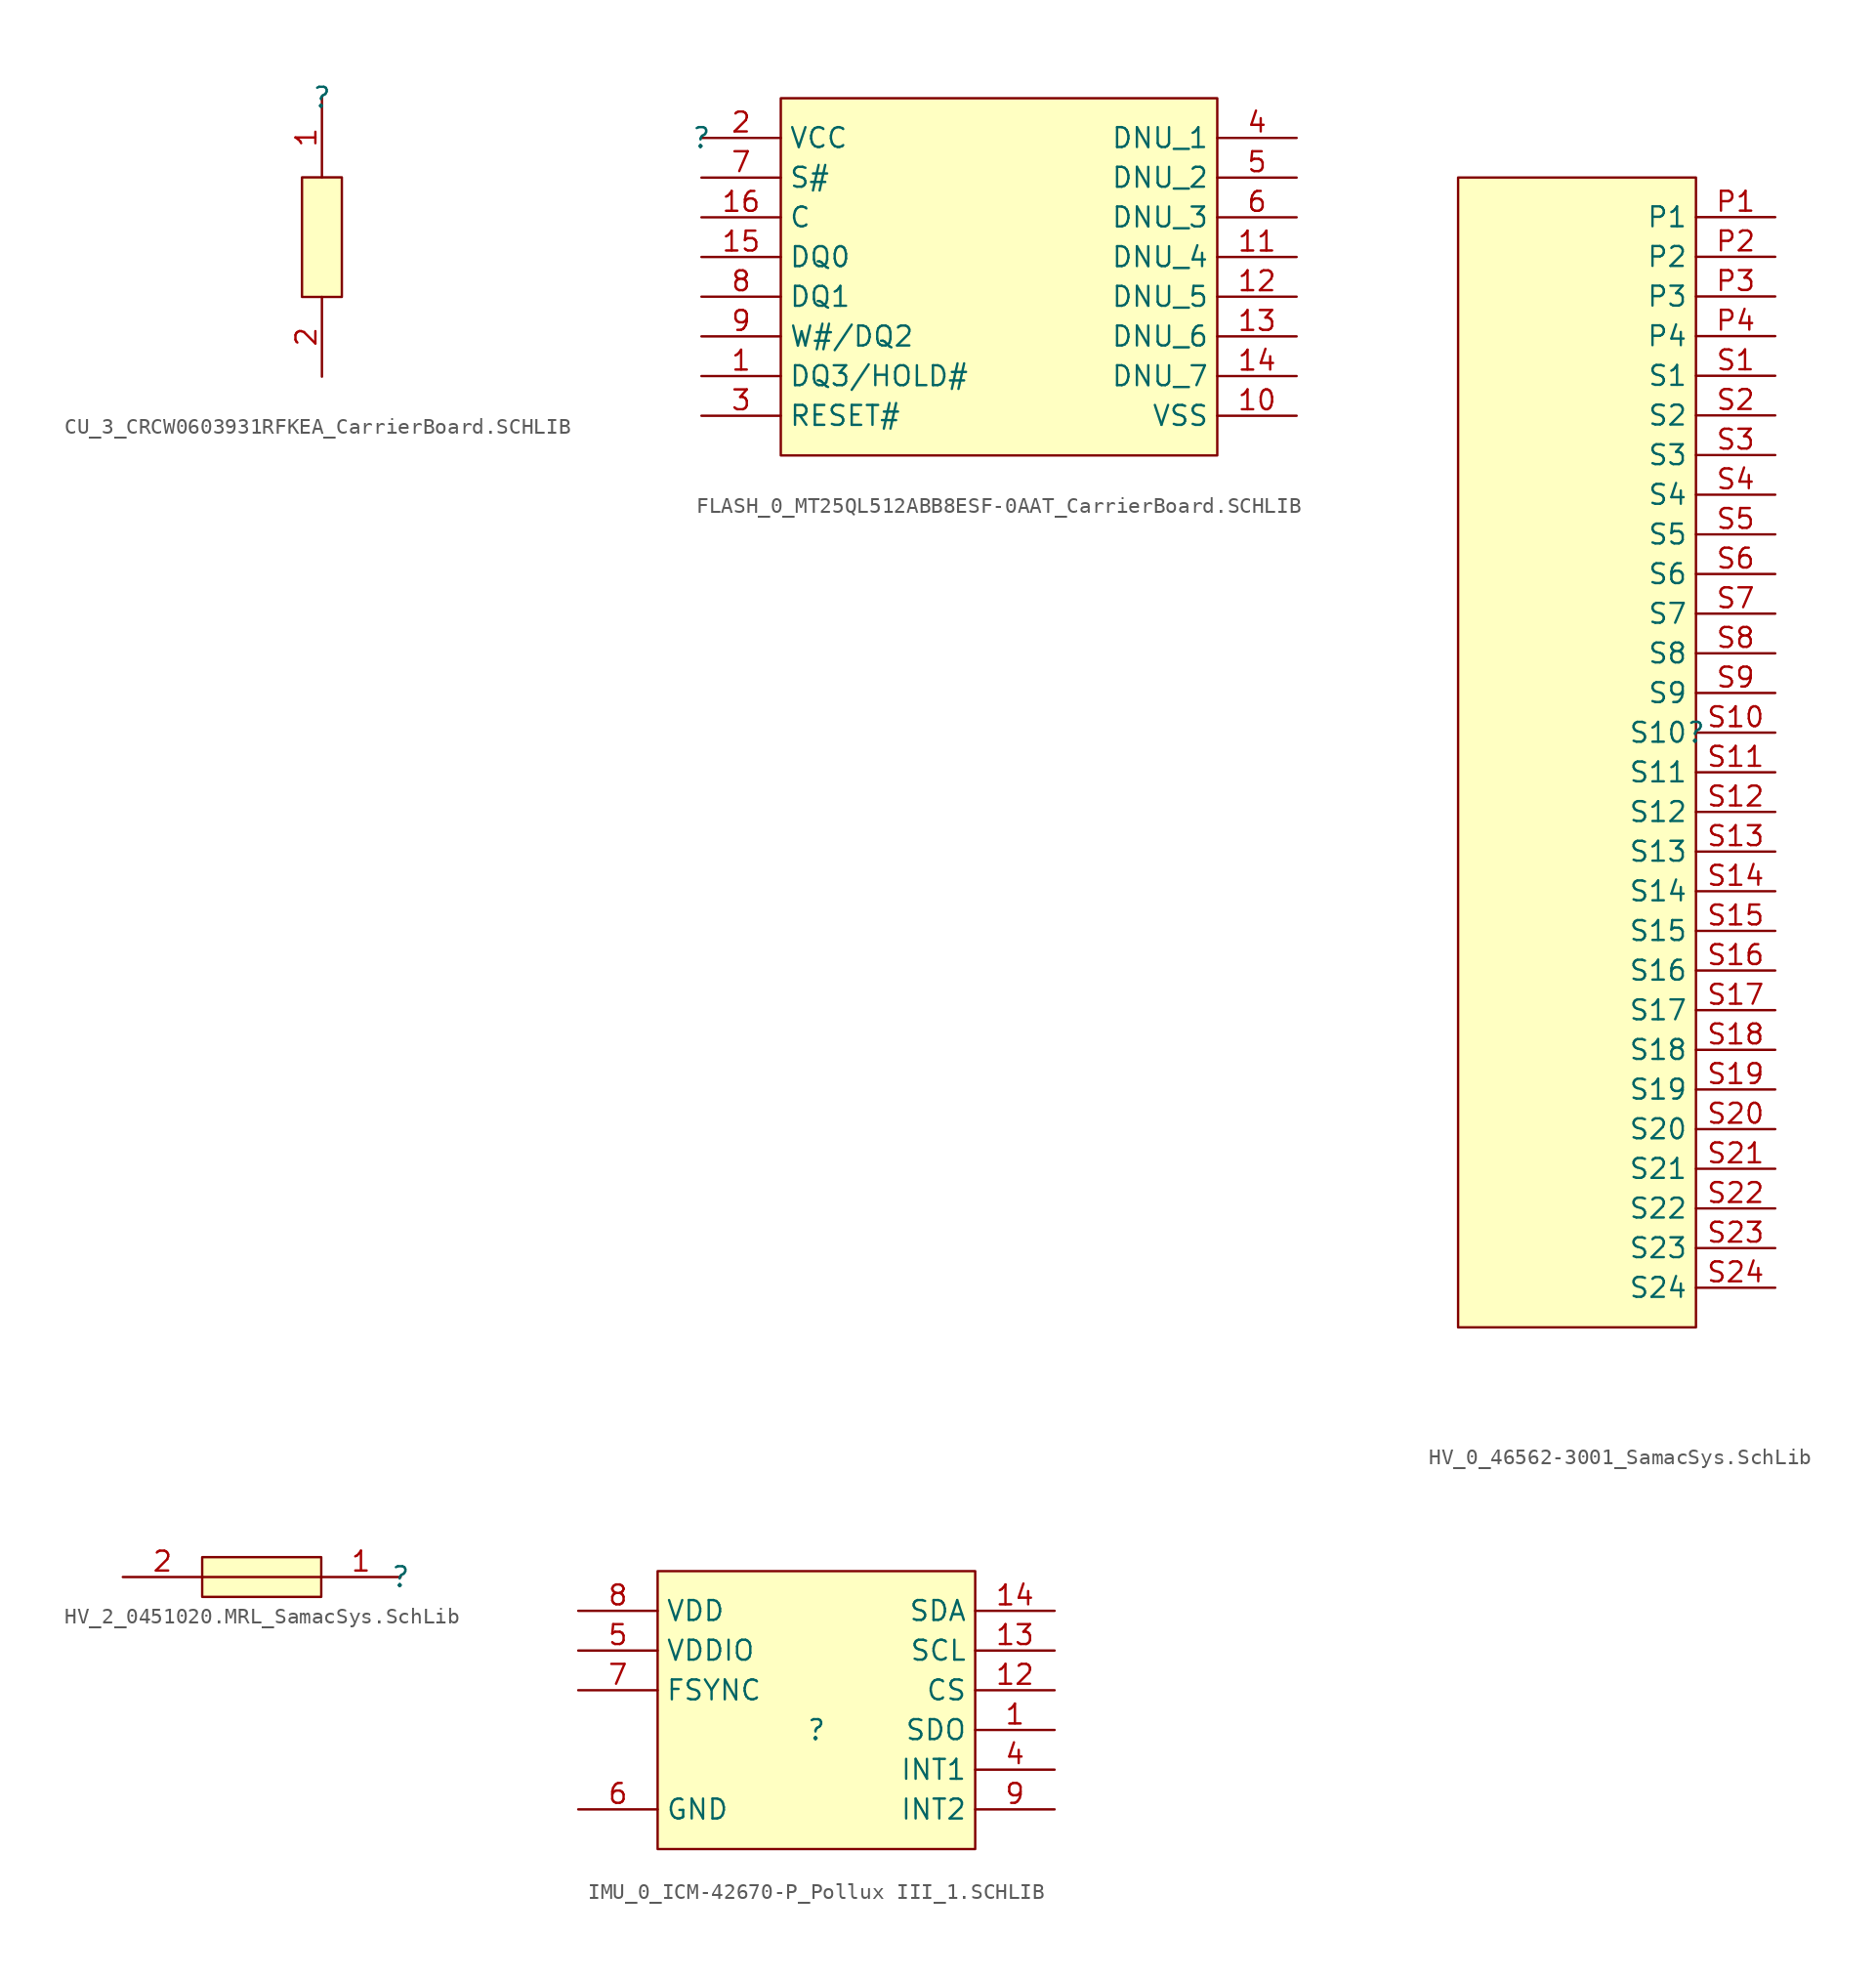
<source format=kicad_sym>
(kicad_symbol_lib
  (version 20241209)
  (generator "kicad_symbol_editor")
  (generator_version "9.0")
  (symbol "CU_3_CRCW0603931RFKEA_CarrierBoard.SCHLIB"
    (pin_names
      (hide yes))
    (property "Reference" ""
      (at 0 0 0)
      (effects (font (size 1.27 1.27))))
    (property "Value" ""
      (at 0 0 0)
      (effects (font (size 1.27 1.27))))
    (symbol "CU_3_CRCW0603931RFKEA_CarrierBoard.SCHLIB_1_0"
      (rectangle (start 1.27 -5.08) (end -1.27 -12.7) (stroke (width 0) (type solid) (color 128 0 0 1)) (fill (type background)))
      (pin passive line (at 0 0 270) (length 5.08) (name "1" (effects (font (size 1.27 1.27)))) (number "1" (effects (font (size 1.27 1.27)))))
      (pin passive line (at 0 -17.78 90) (length 5.08) (name "2" (effects (font (size 1.27 1.27)))) (number "2" (effects (font (size 1.27 1.27)))))))
  (symbol "FLASH_0_MT25QL512ABB8ESF-0AAT_CarrierBoard.SCHLIB"
    (property "Reference" ""
      (at 0 0 0)
      (effects (font (size 1.27 1.27))))
    (property "Value" ""
      (at 0 0 0)
      (effects (font (size 1.27 1.27))))
    (symbol "FLASH_0_MT25QL512ABB8ESF-0AAT_CarrierBoard.SCHLIB_1_0"
      (rectangle (start 33.02 2.54) (end 5.08 -20.32) (stroke (width 0) (type solid) (color 128 0 0 1)) (fill (type background)))
      (pin passive line (at 0 0 0) (length 5.08) (name "VCC" (effects (font (size 1.27 1.27)))) (number "2" (effects (font (size 1.27 1.27)))))
      (pin passive line (at 0 -2.54 0) (length 5.08) (name "S#" (effects (font (size 1.27 1.27)))) (number "7" (effects (font (size 1.27 1.27)))))
      (pin passive line (at 0 -5.08 0) (length 5.08) (name "C" (effects (font (size 1.27 1.27)))) (number "16" (effects (font (size 1.27 1.27)))))
      (pin passive line (at 0 -7.62 0) (length 5.08) (name "DQ0" (effects (font (size 1.27 1.27)))) (number "15" (effects (font (size 1.27 1.27)))))
      (pin passive line (at 0 -10.16 0) (length 5.08) (name "DQ1" (effects (font (size 1.27 1.27)))) (number "8" (effects (font (size 1.27 1.27)))))
      (pin passive line (at 0 -12.7 0) (length 5.08) (name "W#/DQ2" (effects (font (size 1.27 1.27)))) (number "9" (effects (font (size 1.27 1.27)))))
      (pin passive line (at 0 -15.24 0) (length 5.08) (name "DQ3/HOLD#" (effects (font (size 1.27 1.27)))) (number "1" (effects (font (size 1.27 1.27)))))
      (pin passive line (at 0 -17.78 0) (length 5.08) (name "RESET#" (effects (font (size 1.27 1.27)))) (number "3" (effects (font (size 1.27 1.27)))))
      (pin passive line (at 38.1 0 180) (length 5.08) (name "DNU_1" (effects (font (size 1.27 1.27)))) (number "4" (effects (font (size 1.27 1.27)))))
      (pin passive line (at 38.1 -2.54 180) (length 5.08) (name "DNU_2" (effects (font (size 1.27 1.27)))) (number "5" (effects (font (size 1.27 1.27)))))
      (pin passive line (at 38.1 -5.08 180) (length 5.08) (name "DNU_3" (effects (font (size 1.27 1.27)))) (number "6" (effects (font (size 1.27 1.27)))))
      (pin passive line (at 38.1 -7.62 180) (length 5.08) (name "DNU_4" (effects (font (size 1.27 1.27)))) (number "11" (effects (font (size 1.27 1.27)))))
      (pin passive line (at 38.1 -10.16 180) (length 5.08) (name "DNU_5" (effects (font (size 1.27 1.27)))) (number "12" (effects (font (size 1.27 1.27)))))
      (pin passive line (at 38.1 -12.7 180) (length 5.08) (name "DNU_6" (effects (font (size 1.27 1.27)))) (number "13" (effects (font (size 1.27 1.27)))))
      (pin passive line (at 38.1 -15.24 180) (length 5.08) (name "DNU_7" (effects (font (size 1.27 1.27)))) (number "14" (effects (font (size 1.27 1.27)))))
      (pin passive line (at 38.1 -17.78 180) (length 5.08) (name "VSS" (effects (font (size 1.27 1.27)))) (number "10" (effects (font (size 1.27 1.27)))))))
  (symbol "HV_0_46562-3001_SamacSys.SchLib"
    (property "Reference" ""
      (at 0 0 0)
      (effects (font (size 1.27 1.27))))
    (property "Value" ""
      (at 0 0 0)
      (effects (font (size 1.27 1.27))))
    (symbol "HV_0_46562-3001_SamacSys.SchLib_1_0"
      (rectangle (start 0 35.56) (end -15.24 -38.1) (stroke (width 0) (type solid) (color 128 0 0 1)) (fill (type background)))
      (pin passive line (at 5.08 33.02 180) (length 5.08) (name "P1" (effects (font (size 1.27 1.27)))) (number "P1" (effects (font (size 1.27 1.27)))))
      (pin passive line (at 5.08 30.48 180) (length 5.08) (name "P2" (effects (font (size 1.27 1.27)))) (number "P2" (effects (font (size 1.27 1.27)))))
      (pin passive line (at 5.08 27.94 180) (length 5.08) (name "P3" (effects (font (size 1.27 1.27)))) (number "P3" (effects (font (size 1.27 1.27)))))
      (pin passive line (at 5.08 25.4 180) (length 5.08) (name "P4" (effects (font (size 1.27 1.27)))) (number "P4" (effects (font (size 1.27 1.27)))))
      (pin passive line (at 5.08 22.86 180) (length 5.08) (name "S1" (effects (font (size 1.27 1.27)))) (number "S1" (effects (font (size 1.27 1.27)))))
      (pin passive line (at 5.08 20.32 180) (length 5.08) (name "S2" (effects (font (size 1.27 1.27)))) (number "S2" (effects (font (size 1.27 1.27)))))
      (pin passive line (at 5.08 17.78 180) (length 5.08) (name "S3" (effects (font (size 1.27 1.27)))) (number "S3" (effects (font (size 1.27 1.27)))))
      (pin passive line (at 5.08 15.24 180) (length 5.08) (name "S4" (effects (font (size 1.27 1.27)))) (number "S4" (effects (font (size 1.27 1.27)))))
      (pin passive line (at 5.08 12.7 180) (length 5.08) (name "S5" (effects (font (size 1.27 1.27)))) (number "S5" (effects (font (size 1.27 1.27)))))
      (pin passive line (at 5.08 10.16 180) (length 5.08) (name "S6" (effects (font (size 1.27 1.27)))) (number "S6" (effects (font (size 1.27 1.27)))))
      (pin passive line (at 5.08 7.62 180) (length 5.08) (name "S7" (effects (font (size 1.27 1.27)))) (number "S7" (effects (font (size 1.27 1.27)))))
      (pin passive line (at 5.08 5.08 180) (length 5.08) (name "S8" (effects (font (size 1.27 1.27)))) (number "S8" (effects (font (size 1.27 1.27)))))
      (pin passive line (at 5.08 2.54 180) (length 5.08) (name "S9" (effects (font (size 1.27 1.27)))) (number "S9" (effects (font (size 1.27 1.27)))))
      (pin passive line (at 5.08 0 180) (length 5.08) (name "S10" (effects (font (size 1.27 1.27)))) (number "S10" (effects (font (size 1.27 1.27)))))
      (pin passive line (at 5.08 -2.54 180) (length 5.08) (name "S11" (effects (font (size 1.27 1.27)))) (number "S11" (effects (font (size 1.27 1.27)))))
      (pin passive line (at 5.08 -5.08 180) (length 5.08) (name "S12" (effects (font (size 1.27 1.27)))) (number "S12" (effects (font (size 1.27 1.27)))))
      (pin passive line (at 5.08 -7.62 180) (length 5.08) (name "S13" (effects (font (size 1.27 1.27)))) (number "S13" (effects (font (size 1.27 1.27)))))
      (pin passive line (at 5.08 -10.16 180) (length 5.08) (name "S14" (effects (font (size 1.27 1.27)))) (number "S14" (effects (font (size 1.27 1.27)))))
      (pin passive line (at 5.08 -12.7 180) (length 5.08) (name "S15" (effects (font (size 1.27 1.27)))) (number "S15" (effects (font (size 1.27 1.27)))))
      (pin passive line (at 5.08 -15.24 180) (length 5.08) (name "S16" (effects (font (size 1.27 1.27)))) (number "S16" (effects (font (size 1.27 1.27)))))
      (pin passive line (at 5.08 -17.78 180) (length 5.08) (name "S17" (effects (font (size 1.27 1.27)))) (number "S17" (effects (font (size 1.27 1.27)))))
      (pin passive line (at 5.08 -20.32 180) (length 5.08) (name "S18" (effects (font (size 1.27 1.27)))) (number "S18" (effects (font (size 1.27 1.27)))))
      (pin passive line (at 5.08 -22.86 180) (length 5.08) (name "S19" (effects (font (size 1.27 1.27)))) (number "S19" (effects (font (size 1.27 1.27)))))
      (pin passive line (at 5.08 -25.4 180) (length 5.08) (name "S20" (effects (font (size 1.27 1.27)))) (number "S20" (effects (font (size 1.27 1.27)))))
      (pin passive line (at 5.08 -27.94 180) (length 5.08) (name "S21" (effects (font (size 1.27 1.27)))) (number "S21" (effects (font (size 1.27 1.27)))))
      (pin passive line (at 5.08 -30.48 180) (length 5.08) (name "S22" (effects (font (size 1.27 1.27)))) (number "S22" (effects (font (size 1.27 1.27)))))
      (pin passive line (at 5.08 -33.02 180) (length 5.08) (name "S23" (effects (font (size 1.27 1.27)))) (number "S23" (effects (font (size 1.27 1.27)))))
      (pin passive line (at 5.08 -35.56 180) (length 5.08) (name "S24" (effects (font (size 1.27 1.27)))) (number "S24" (effects (font (size 1.27 1.27)))))))
  (symbol "HV_2_0451020.MRL_SamacSys.SchLib"
    (pin_names
      (hide yes))
    (property "Reference" ""
      (at 0 0 0)
      (effects (font (size 1.27 1.27))))
    (property "Value" ""
      (at 0 0 0)
      (effects (font (size 1.27 1.27))))
    (symbol "HV_2_0451020.MRL_SamacSys.SchLib_1_0"
      (rectangle (start -5.08 1.27) (end -12.7 -1.27) (stroke (width 0) (type solid) (color 128 0 0 1)) (fill (type background)))
      (polyline (pts (xy -5.08 0) (xy -12.7 0)) (stroke (width 0) (type solid)) (fill (type none)))
      (pin passive line (at -17.78 0 0) (length 5.08) (name "2" (effects (font (size 1.27 1.27)))) (number "2" (effects (font (size 1.27 1.27)))))
      (pin passive line (at 0 0 180) (length 5.08) (name "1" (effects (font (size 1.27 1.27)))) (number "1" (effects (font (size 1.27 1.27)))))))
  (symbol "IMU_0_ICM-42670-P_Pollux III_1.SCHLIB"
    (property "Reference" ""
      (at 0 0 0)
      (effects (font (size 1.27 1.27))))
    (property "Value" ""
      (at 0 0 0)
      (effects (font (size 1.27 1.27))))
    (symbol "IMU_0_ICM-42670-P_Pollux III_1.SCHLIB_1_0"
      (rectangle (start 10.16 10.16) (end -10.16 -7.62) (stroke (width 0) (type solid) (color 128 0 0 1)) (fill (type background)))
      (pin passive line (at -15.24 7.62 0) (length 5.08) (name "VDD" (effects (font (size 1.27 1.27)))) (number "8" (effects (font (size 1.27 1.27)))))
      (pin passive line (at -15.24 5.08 0) (length 5.08) (name "VDDIO" (effects (font (size 1.27 1.27)))) (number "5" (effects (font (size 1.27 1.27)))))
      (pin passive line (at -15.24 2.54 0) (length 5.08) (name "FSYNC" (effects (font (size 1.27 1.27)))) (number "7" (effects (font (size 1.27 1.27)))))
      (pin passive line (at -15.24 -5.08 0) (length 5.08) (name "GND" (effects (font (size 1.27 1.27)))) (number "6" (effects (font (size 1.27 1.27)))))
      (pin passive line (at 15.24 7.62 180) (length 5.08) (name "SDA" (effects (font (size 1.27 1.27)))) (number "14" (effects (font (size 1.27 1.27)))))
      (pin passive line (at 15.24 5.08 180) (length 5.08) (name "SCL" (effects (font (size 1.27 1.27)))) (number "13" (effects (font (size 1.27 1.27)))))
      (pin passive line (at 15.24 2.54 180) (length 5.08) (name "CS" (effects (font (size 1.27 1.27)))) (number "12" (effects (font (size 1.27 1.27)))))
      (pin passive line (at 15.24 0 180) (length 5.08) (name "SDO" (effects (font (size 1.27 1.27)))) (number "1" (effects (font (size 1.27 1.27)))))
      (pin passive line (at 15.24 -2.54 180) (length 5.08) (name "INT1" (effects (font (size 1.27 1.27)))) (number "4" (effects (font (size 1.27 1.27)))))
      (pin passive line (at 15.24 -5.08 180) (length 5.08) (name "INT2" (effects (font (size 1.27 1.27)))) (number "9" (effects (font (size 1.27 1.27))))))))
</source>
